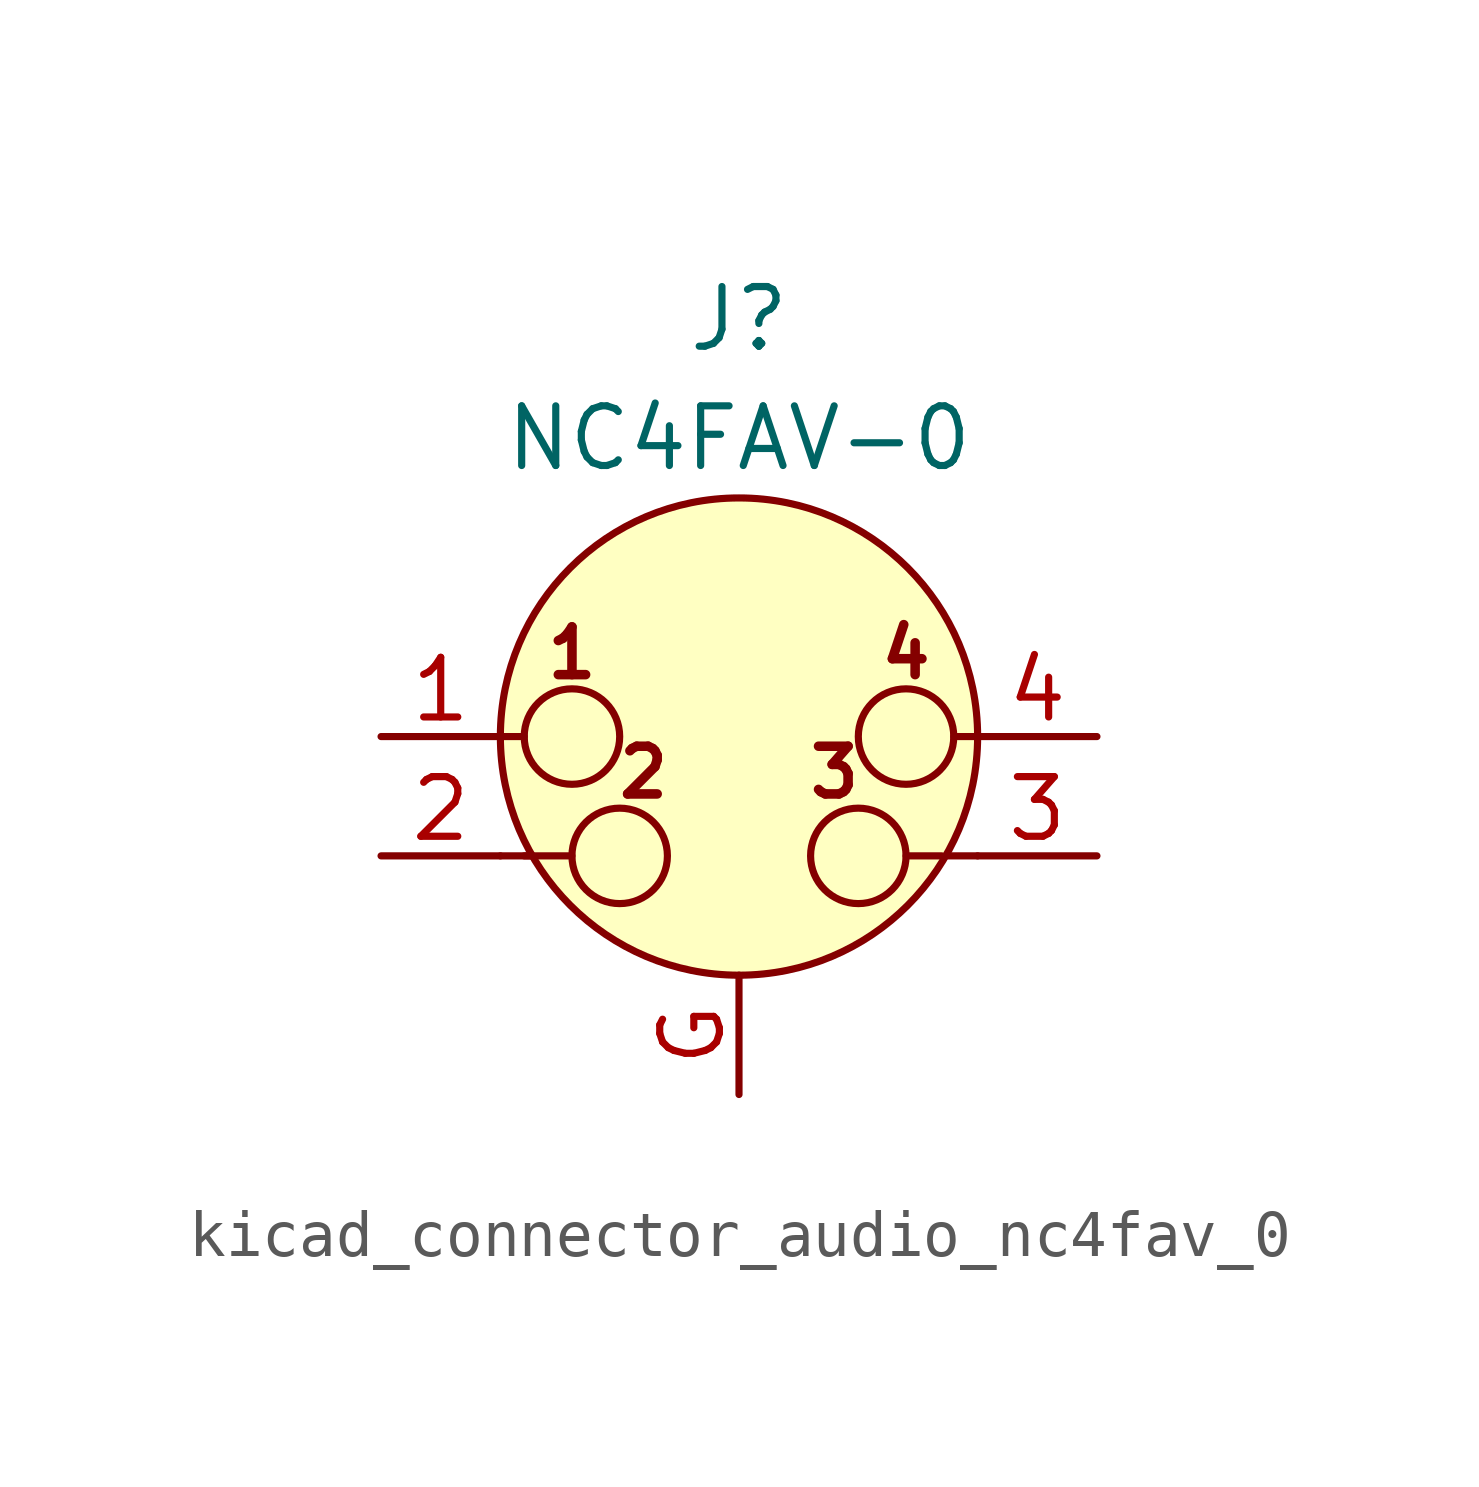
<source format=kicad_sym>
(kicad_symbol_lib
  (version 20220914)
  (generator kicad_symbol_editor)
  (symbol "kicad_connector_audio_nc4fav_0"
    (pin_names hide)
    (property "Reference" "J"
      (at 0 8.89 0)
      (effects (font (size 1.27 1.27))))
    (property "Value" "NC4FAV-0"
      (at 0 6.35 0)
      (effects (font (size 1.27 1.27))))
    (symbol "kicad_connector_audio_nc4fav_0_0_1"
      (circle (center -3.556 0) (radius 1.016) (stroke (width 0) (type default)) (fill (type none)))
      (circle (center -2.54 -2.54) (radius 1.016) (stroke (width 0) (type default)) (fill (type none)))
      (polyline (pts (xy -5.08 -2.54) (xy -4.445 -2.54)) (stroke (width 0) (type default)) (fill (type none)))
      (polyline (pts (xy -5.08 0) (xy -4.572 0)) (stroke (width 0) (type default)) (fill (type none)))
      (polyline (pts (xy -4.572 -2.54) (xy -3.556 -2.54)) (stroke (width 0) (type default)) (fill (type none)))
      (polyline (pts (xy 4.318 -2.54) (xy 3.556 -2.54)) (stroke (width 0) (type default)) (fill (type none)))
      (polyline (pts (xy 5.08 -2.54) (xy 4.445 -2.54)) (stroke (width 0) (type default)) (fill (type none)))
      (polyline (pts (xy 5.08 0) (xy 4.572 0)) (stroke (width 0) (type default)) (fill (type none)))
      (circle (center 0 0) (radius 5.08) (stroke (width 0) (type default)) (fill (type background)))
      (circle (center 2.54 -2.54) (radius 1.016) (stroke (width 0) (type default)) (fill (type none)))
      (circle (center 3.556 0) (radius 1.016) (stroke (width 0) (type default)) (fill (type none)))
      (text "1" (at -3.556 1.778 0) (effects (font (size 1.016 1.016) bold)))
      (text "2" (at -2.032 -0.762 0) (effects (font (size 1.016 1.016) bold)))
      (text "3" (at 2.032 -0.762 0) (effects (font (size 1.016 1.016) bold)))
      (text "4" (at 3.556 1.778 0) (effects (font (size 1.016 1.016) bold))))
    (symbol "kicad_connector_audio_nc4fav_0_1_1"
      (pin passive line (at -7.62 0 0) (length 2.54) (name "~" (effects (font (size 1.27 1.27)))) (number "1" (effects (font (size 1.27 1.27)))))
      (pin passive line (at -7.62 -2.54 0) (length 2.54) (name "~" (effects (font (size 1.27 1.27)))) (number "2" (effects (font (size 1.27 1.27)))))
      (pin passive line (at 7.62 -2.54 180) (length 2.54) (name "~" (effects (font (size 1.27 1.27)))) (number "3" (effects (font (size 1.27 1.27)))))
      (pin passive line (at 7.62 0 180) (length 2.54) (name "~" (effects (font (size 1.27 1.27)))) (number "4" (effects (font (size 1.27 1.27)))))
      (pin passive line (at 0 -7.62 90) (length 2.54) (name "~" (effects (font (size 1.27 1.27)))) (number "G" (effects (font (size 1.27 1.27))))))))
</source>
